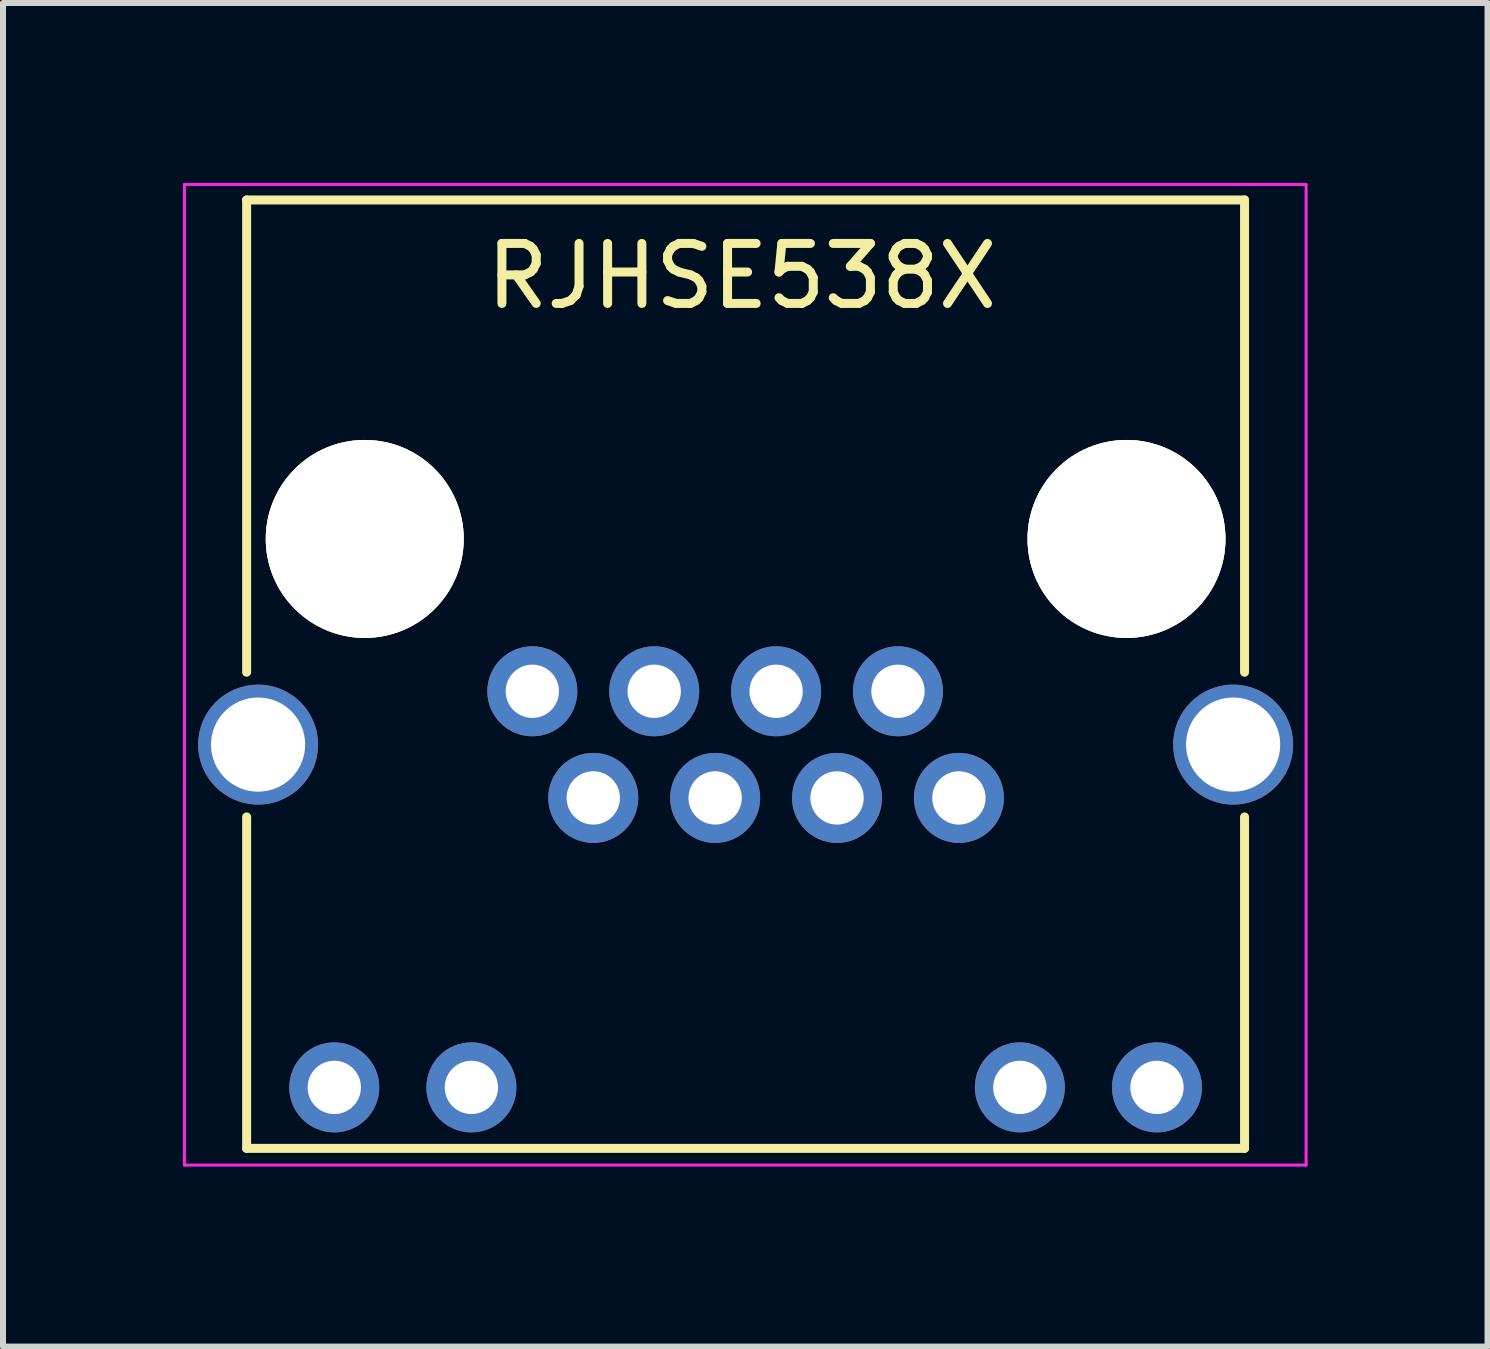
<source format=kicad_pcb>
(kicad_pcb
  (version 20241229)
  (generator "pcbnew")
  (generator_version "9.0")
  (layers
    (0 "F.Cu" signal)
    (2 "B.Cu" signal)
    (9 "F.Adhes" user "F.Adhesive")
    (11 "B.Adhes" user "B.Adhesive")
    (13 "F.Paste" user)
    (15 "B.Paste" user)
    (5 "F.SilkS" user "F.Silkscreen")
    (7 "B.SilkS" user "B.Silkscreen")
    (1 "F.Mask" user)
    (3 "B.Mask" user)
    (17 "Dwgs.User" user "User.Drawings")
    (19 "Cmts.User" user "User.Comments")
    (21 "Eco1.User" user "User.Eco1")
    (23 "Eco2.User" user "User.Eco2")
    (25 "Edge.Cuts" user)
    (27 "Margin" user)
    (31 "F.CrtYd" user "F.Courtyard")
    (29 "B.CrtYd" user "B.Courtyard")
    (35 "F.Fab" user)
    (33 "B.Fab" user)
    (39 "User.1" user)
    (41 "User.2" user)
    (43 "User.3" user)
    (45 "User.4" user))
  (footprint "RJHSE538X"
    (layer "F.Cu")
    (at 5.825 8.475)
    (property "Reference" "RJHSE538X" (at 3.493 -6.921 0) (layer "F.SilkS") (effects (font (size 1 1) (thickness 0.15))))
    (attr through_hole)
    (fp_line (start -4.763 -8.191) (end -4.763 -0.318) (stroke (width 0.15) (type solid)) (layer "F.SilkS"))
    (fp_line (start -4.763 7.62) (end -4.763 2.095) (stroke (width 0.15) (type solid)) (layer "F.SilkS"))
    (fp_line (start 11.874 -8.191) (end -4.763 -8.191) (stroke (width 0.15) (type solid)) (layer "F.SilkS"))
    (fp_line (start 11.874 -8.191) (end 11.874 -0.318) (stroke (width 0.15) (type solid)) (layer "F.SilkS"))
    (fp_line (start 11.874 7.62) (end -4.763 7.62) (stroke (width 0.15) (type solid)) (layer "F.SilkS"))
    (fp_line (start 11.874 7.62) (end 11.874 2.095) (stroke (width 0.15) (type solid)) (layer "F.SilkS"))
    (fp_line (start -5.8 -8.45) (end -5.8 7.9) (stroke (width 0.05) (type solid)) (layer "F.CrtYd"))
    (fp_line (start -5.8 7.9) (end 12.9 7.9) (stroke (width 0.05) (type solid)) (layer "F.CrtYd"))
    (fp_line (start 12.9 -8.45) (end -5.8 -8.45) (stroke (width 0.05) (type solid)) (layer "F.CrtYd"))
    (fp_line (start 12.9 7.9) (end 12.9 -8.45) (stroke (width 0.05) (type solid)) (layer "F.CrtYd"))
    (pad "1" thru_hole circle (at 0 0) (size 1.501 1.501) (drill 0.889) (layers "*.Cu" "*.Mask"))
    (pad "2" thru_hole circle (at 1.016 1.778) (size 1.501 1.501) (drill 0.889) (layers "*.Cu" "*.Mask"))
    (pad "3" thru_hole circle (at 2.032 0) (size 1.501 1.501) (drill 0.889) (layers "*.Cu" "*.Mask"))
    (pad "4" thru_hole circle (at 3.048 1.778) (size 1.501 1.501) (drill 0.889) (layers "*.Cu" "*.Mask"))
    (pad "5" thru_hole circle (at 4.064 0) (size 1.501 1.501) (drill 0.889) (layers "*.Cu" "*.Mask"))
    (pad "6" thru_hole circle (at 5.08 1.778) (size 1.501 1.501) (drill 0.889) (layers "*.Cu" "*.Mask"))
    (pad "7" thru_hole circle (at 6.096 0) (size 1.501 1.501) (drill 0.889) (layers "*.Cu" "*.Mask"))
    (pad "8" thru_hole circle (at 7.112 1.778) (size 1.501 1.501) (drill 0.889) (layers "*.Cu" "*.Mask"))
    (pad "13" thru_hole circle (at -4.572 0.889) (size 2 2) (drill 1.57) (layers "*.Cu" "*.Mask"))
    (pad "13" thru_hole circle (at -2.794 -2.54) (size 3.3 3.3) (drill 3.3) (layers "*.Cu" "*.Mask" "F.SilkS"))
    (pad "13" thru_hole circle (at 9.906 -2.54) (size 3.3 3.3) (drill 3.3) (layers "*.Cu" "*.Mask" "F.SilkS"))
    (pad "13" thru_hole circle (at 11.684 0.889) (size 2 2) (drill 1.57) (layers "*.Cu" "*.Mask"))
    (pad "GA" thru_hole circle (at -3.302 6.604) (size 1.501 1.501) (drill 0.889) (layers "*.Cu" "*.Mask"))
    (pad "GK" thru_hole circle (at -1.016 6.604) (size 1.501 1.501) (drill 0.889) (layers "*.Cu" "*.Mask"))
    (pad "YA" thru_hole circle (at 8.128 6.604) (size 1.501 1.501) (drill 0.889) (layers "*.Cu" "*.Mask"))
    (pad "YK" thru_hole circle (at 10.414 6.604) (size 1.501 1.501) (drill 0.889) (layers "*.Cu" "*.Mask")))
  (gr_rect
    (start -3 -3)
    (end 21.75 19.4)
    (stroke (width 0.1) (type default))
    (fill no)
    (layer "Edge.Cuts")))
</source>
